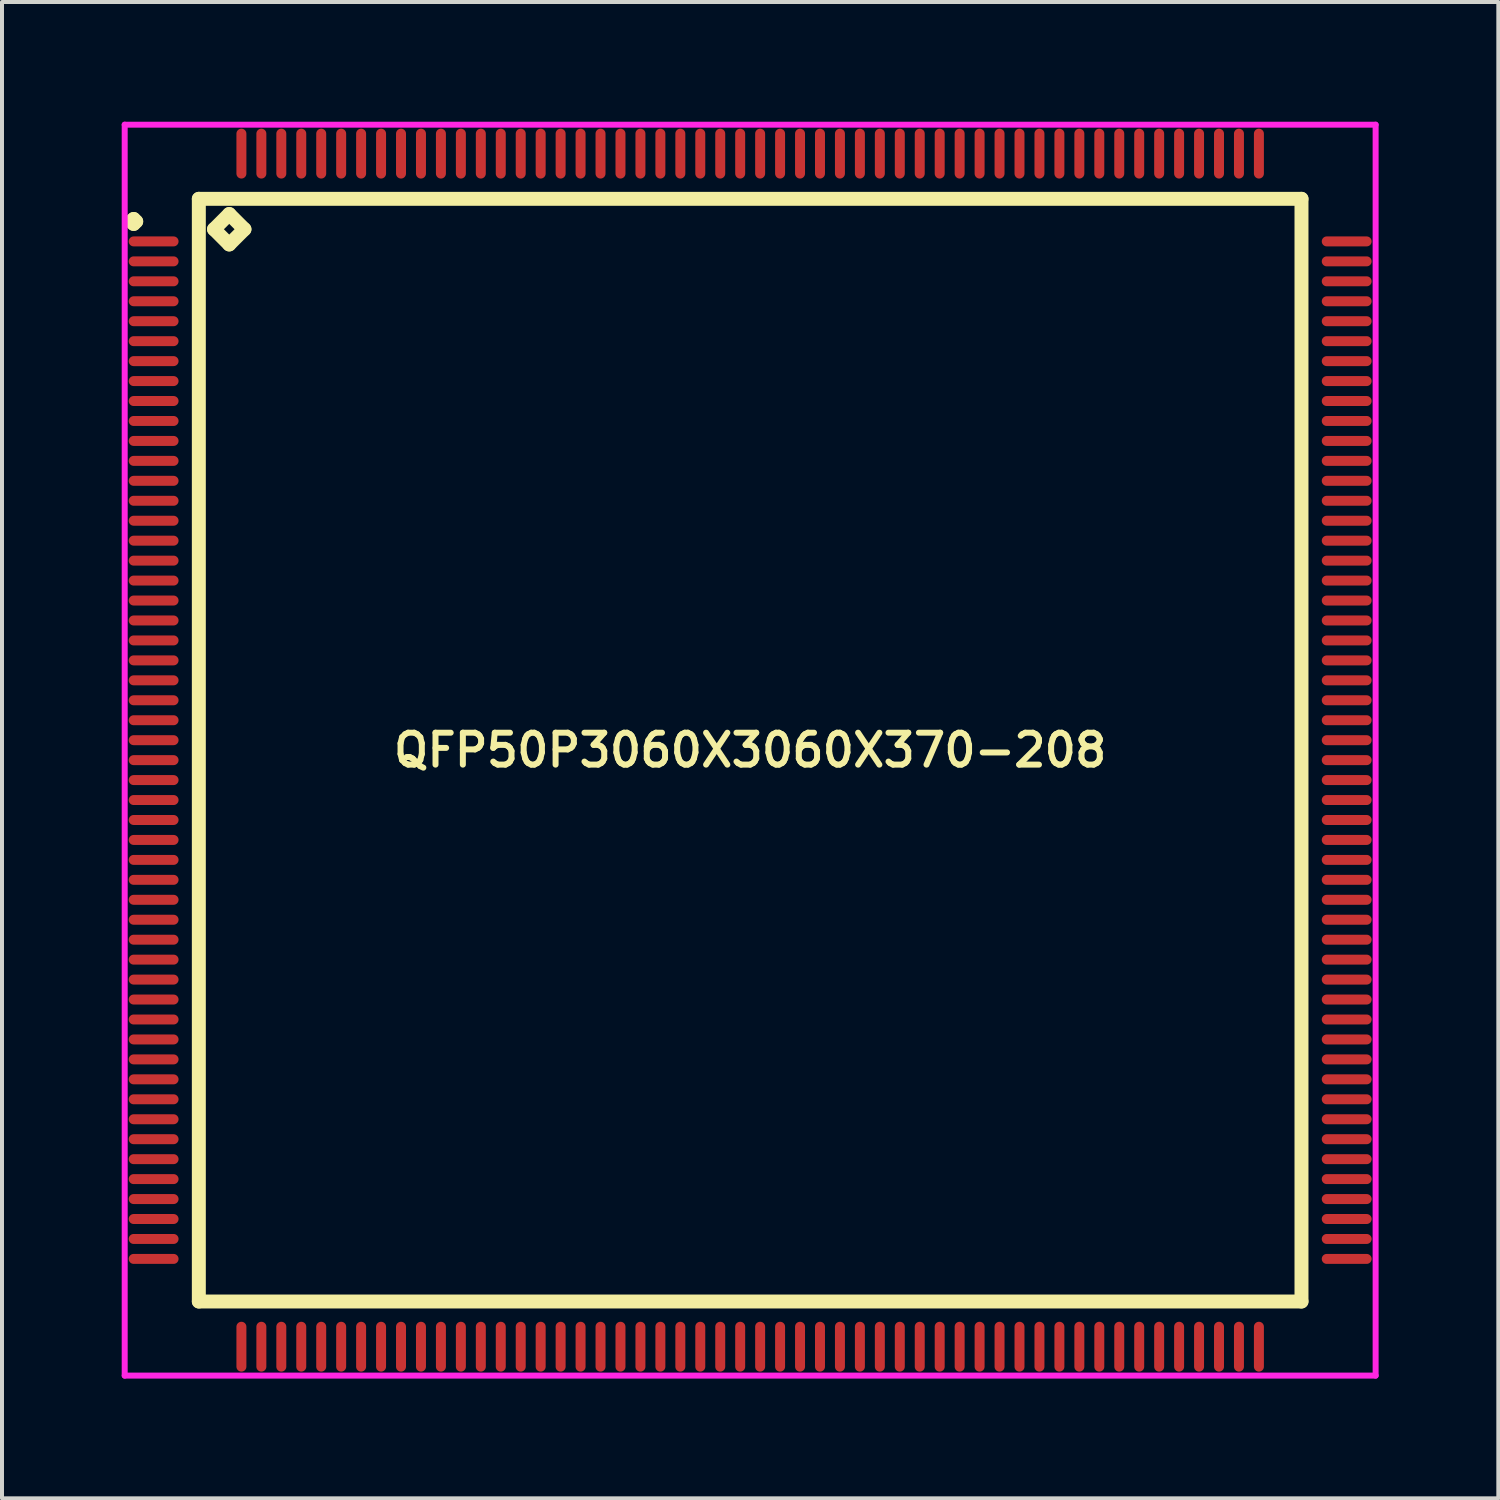
<source format=kicad_pcb>
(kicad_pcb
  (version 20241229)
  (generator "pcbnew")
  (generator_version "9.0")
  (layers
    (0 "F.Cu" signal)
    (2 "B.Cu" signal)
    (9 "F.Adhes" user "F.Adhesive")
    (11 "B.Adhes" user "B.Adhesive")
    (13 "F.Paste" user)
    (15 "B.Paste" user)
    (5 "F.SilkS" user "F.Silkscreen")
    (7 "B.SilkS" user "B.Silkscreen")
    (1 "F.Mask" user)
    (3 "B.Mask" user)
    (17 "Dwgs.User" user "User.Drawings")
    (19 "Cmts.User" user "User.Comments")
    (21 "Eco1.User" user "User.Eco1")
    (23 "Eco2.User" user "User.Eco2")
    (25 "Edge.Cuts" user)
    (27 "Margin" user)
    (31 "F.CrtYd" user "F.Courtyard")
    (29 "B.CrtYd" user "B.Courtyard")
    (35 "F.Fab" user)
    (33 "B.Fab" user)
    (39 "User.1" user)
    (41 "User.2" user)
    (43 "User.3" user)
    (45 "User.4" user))
  (footprint "QFP50P3060X3060X370-208"
    (layer "F.Cu")
    (at 15.75 15.75)
    (property "Reference" "QFP50P3060X3060X370-208" (at 0 0 0) (layer "F.SilkS") (effects (font (size 0.8 0.8) (thickness 0.15))))
    (attr smd)
    (fp_line (start -15.512 -13.25) (end -15.45 -13.312) (stroke (width 0.35) (type solid)) (layer "F.SilkS"))
    (fp_line (start -15.45 -13.312) (end -15.387 -13.25) (stroke (width 0.35) (type solid)) (layer "F.SilkS"))
    (fp_line (start -15.45 -13.188) (end -15.512 -13.25) (stroke (width 0.35) (type solid)) (layer "F.SilkS"))
    (fp_line (start -15.387 -13.25) (end -15.45 -13.188) (stroke (width 0.35) (type solid)) (layer "F.SilkS"))
    (fp_line (start -13.817 -13.817) (end -13.817 13.817) (stroke (width 0.35) (type solid)) (layer "F.SilkS"))
    (fp_line (start -13.817 13.817) (end 13.817 13.817) (stroke (width 0.35) (type solid)) (layer "F.SilkS"))
    (fp_line (start -13.436 -13.055) (end -13.055 -13.436) (stroke (width 0.35) (type solid)) (layer "F.SilkS"))
    (fp_line (start -13.055 -13.436) (end -12.674 -13.055) (stroke (width 0.35) (type solid)) (layer "F.SilkS"))
    (fp_line (start -13.055 -12.674) (end -13.436 -13.055) (stroke (width 0.35) (type solid)) (layer "F.SilkS"))
    (fp_line (start -12.674 -13.055) (end -13.055 -12.674) (stroke (width 0.35) (type solid)) (layer "F.SilkS"))
    (fp_line (start 13.817 -13.817) (end -13.817 -13.817) (stroke (width 0.35) (type solid)) (layer "F.SilkS"))
    (fp_line (start 13.817 13.817) (end 13.817 -13.817) (stroke (width 0.35) (type solid)) (layer "F.SilkS"))
    (fp_line (start -15.675 -15.675) (end 15.675 -15.675) (stroke (width 0.15) (type solid)) (layer "F.CrtYd"))
    (fp_line (start -15.675 15.675) (end -15.675 -15.675) (stroke (width 0.15) (type solid)) (layer "F.CrtYd"))
    (fp_line (start 15.675 -15.675) (end 15.675 15.675) (stroke (width 0.15) (type solid)) (layer "F.CrtYd"))
    (fp_line (start 15.675 15.675) (end -15.675 15.675) (stroke (width 0.15) (type solid)) (layer "F.CrtYd"))
    (pad "1" smd oval (at -14.95 -12.75) (size 1.25 0.25) (layers "F.Cu" "F.Mask" "F.Paste"))
    (pad "2" smd oval (at -14.95 -12.25) (size 1.25 0.25) (layers "F.Cu" "F.Mask" "F.Paste"))
    (pad "3" smd oval (at -14.95 -11.75) (size 1.25 0.25) (layers "F.Cu" "F.Mask" "F.Paste"))
    (pad "4" smd oval (at -14.95 -11.25) (size 1.25 0.25) (layers "F.Cu" "F.Mask" "F.Paste"))
    (pad "5" smd oval (at -14.95 -10.75) (size 1.25 0.25) (layers "F.Cu" "F.Mask" "F.Paste"))
    (pad "6" smd oval (at -14.95 -10.25) (size 1.25 0.25) (layers "F.Cu" "F.Mask" "F.Paste"))
    (pad "7" smd oval (at -14.95 -9.75) (size 1.25 0.25) (layers "F.Cu" "F.Mask" "F.Paste"))
    (pad "8" smd oval (at -14.95 -9.25) (size 1.25 0.25) (layers "F.Cu" "F.Mask" "F.Paste"))
    (pad "9" smd oval (at -14.95 -8.75) (size 1.25 0.25) (layers "F.Cu" "F.Mask" "F.Paste"))
    (pad "10" smd oval (at -14.95 -8.25) (size 1.25 0.25) (layers "F.Cu" "F.Mask" "F.Paste"))
    (pad "11" smd oval (at -14.95 -7.75) (size 1.25 0.25) (layers "F.Cu" "F.Mask" "F.Paste"))
    (pad "12" smd oval (at -14.95 -7.25) (size 1.25 0.25) (layers "F.Cu" "F.Mask" "F.Paste"))
    (pad "13" smd oval (at -14.95 -6.75) (size 1.25 0.25) (layers "F.Cu" "F.Mask" "F.Paste"))
    (pad "14" smd oval (at -14.95 -6.25) (size 1.25 0.25) (layers "F.Cu" "F.Mask" "F.Paste"))
    (pad "15" smd oval (at -14.95 -5.75) (size 1.25 0.25) (layers "F.Cu" "F.Mask" "F.Paste"))
    (pad "16" smd oval (at -14.95 -5.25) (size 1.25 0.25) (layers "F.Cu" "F.Mask" "F.Paste"))
    (pad "17" smd oval (at -14.95 -4.75) (size 1.25 0.25) (layers "F.Cu" "F.Mask" "F.Paste"))
    (pad "18" smd oval (at -14.95 -4.25) (size 1.25 0.25) (layers "F.Cu" "F.Mask" "F.Paste"))
    (pad "19" smd oval (at -14.95 -3.75) (size 1.25 0.25) (layers "F.Cu" "F.Mask" "F.Paste"))
    (pad "20" smd oval (at -14.95 -3.25) (size 1.25 0.25) (layers "F.Cu" "F.Mask" "F.Paste"))
    (pad "21" smd oval (at -14.95 -2.75) (size 1.25 0.25) (layers "F.Cu" "F.Mask" "F.Paste"))
    (pad "22" smd oval (at -14.95 -2.25) (size 1.25 0.25) (layers "F.Cu" "F.Mask" "F.Paste"))
    (pad "23" smd oval (at -14.95 -1.75) (size 1.25 0.25) (layers "F.Cu" "F.Mask" "F.Paste"))
    (pad "24" smd oval (at -14.95 -1.25) (size 1.25 0.25) (layers "F.Cu" "F.Mask" "F.Paste"))
    (pad "25" smd oval (at -14.95 -0.75) (size 1.25 0.25) (layers "F.Cu" "F.Mask" "F.Paste"))
    (pad "26" smd oval (at -14.95 -0.25) (size 1.25 0.25) (layers "F.Cu" "F.Mask" "F.Paste"))
    (pad "27" smd oval (at -14.95 0.25) (size 1.25 0.25) (layers "F.Cu" "F.Mask" "F.Paste"))
    (pad "28" smd oval (at -14.95 0.75) (size 1.25 0.25) (layers "F.Cu" "F.Mask" "F.Paste"))
    (pad "29" smd oval (at -14.95 1.25) (size 1.25 0.25) (layers "F.Cu" "F.Mask" "F.Paste"))
    (pad "30" smd oval (at -14.95 1.75) (size 1.25 0.25) (layers "F.Cu" "F.Mask" "F.Paste"))
    (pad "31" smd oval (at -14.95 2.25) (size 1.25 0.25) (layers "F.Cu" "F.Mask" "F.Paste"))
    (pad "32" smd oval (at -14.95 2.75) (size 1.25 0.25) (layers "F.Cu" "F.Mask" "F.Paste"))
    (pad "33" smd oval (at -14.95 3.25) (size 1.25 0.25) (layers "F.Cu" "F.Mask" "F.Paste"))
    (pad "34" smd oval (at -14.95 3.75) (size 1.25 0.25) (layers "F.Cu" "F.Mask" "F.Paste"))
    (pad "35" smd oval (at -14.95 4.25) (size 1.25 0.25) (layers "F.Cu" "F.Mask" "F.Paste"))
    (pad "36" smd oval (at -14.95 4.75) (size 1.25 0.25) (layers "F.Cu" "F.Mask" "F.Paste"))
    (pad "37" smd oval (at -14.95 5.25) (size 1.25 0.25) (layers "F.Cu" "F.Mask" "F.Paste"))
    (pad "38" smd oval (at -14.95 5.75) (size 1.25 0.25) (layers "F.Cu" "F.Mask" "F.Paste"))
    (pad "39" smd oval (at -14.95 6.25) (size 1.25 0.25) (layers "F.Cu" "F.Mask" "F.Paste"))
    (pad "40" smd oval (at -14.95 6.75) (size 1.25 0.25) (layers "F.Cu" "F.Mask" "F.Paste"))
    (pad "41" smd oval (at -14.95 7.25) (size 1.25 0.25) (layers "F.Cu" "F.Mask" "F.Paste"))
    (pad "42" smd oval (at -14.95 7.75) (size 1.25 0.25) (layers "F.Cu" "F.Mask" "F.Paste"))
    (pad "43" smd oval (at -14.95 8.25) (size 1.25 0.25) (layers "F.Cu" "F.Mask" "F.Paste"))
    (pad "44" smd oval (at -14.95 8.75) (size 1.25 0.25) (layers "F.Cu" "F.Mask" "F.Paste"))
    (pad "45" smd oval (at -14.95 9.25) (size 1.25 0.25) (layers "F.Cu" "F.Mask" "F.Paste"))
    (pad "46" smd oval (at -14.95 9.75) (size 1.25 0.25) (layers "F.Cu" "F.Mask" "F.Paste"))
    (pad "47" smd oval (at -14.95 10.25) (size 1.25 0.25) (layers "F.Cu" "F.Mask" "F.Paste"))
    (pad "48" smd oval (at -14.95 10.75) (size 1.25 0.25) (layers "F.Cu" "F.Mask" "F.Paste"))
    (pad "49" smd oval (at -14.95 11.25) (size 1.25 0.25) (layers "F.Cu" "F.Mask" "F.Paste"))
    (pad "50" smd oval (at -14.95 11.75) (size 1.25 0.25) (layers "F.Cu" "F.Mask" "F.Paste"))
    (pad "51" smd oval (at -14.95 12.25) (size 1.25 0.25) (layers "F.Cu" "F.Mask" "F.Paste"))
    (pad "52" smd oval (at -14.95 12.75) (size 1.25 0.25) (layers "F.Cu" "F.Mask" "F.Paste"))
    (pad "53" smd oval (at -12.75 14.95) (size 0.25 1.25) (layers "F.Cu" "F.Mask" "F.Paste"))
    (pad "54" smd oval (at -12.25 14.95) (size 0.25 1.25) (layers "F.Cu" "F.Mask" "F.Paste"))
    (pad "55" smd oval (at -11.75 14.95) (size 0.25 1.25) (layers "F.Cu" "F.Mask" "F.Paste"))
    (pad "56" smd oval (at -11.25 14.95) (size 0.25 1.25) (layers "F.Cu" "F.Mask" "F.Paste"))
    (pad "57" smd oval (at -10.75 14.95) (size 0.25 1.25) (layers "F.Cu" "F.Mask" "F.Paste"))
    (pad "58" smd oval (at -10.25 14.95) (size 0.25 1.25) (layers "F.Cu" "F.Mask" "F.Paste"))
    (pad "59" smd oval (at -9.75 14.95) (size 0.25 1.25) (layers "F.Cu" "F.Mask" "F.Paste"))
    (pad "60" smd oval (at -9.25 14.95) (size 0.25 1.25) (layers "F.Cu" "F.Mask" "F.Paste"))
    (pad "61" smd oval (at -8.75 14.95) (size 0.25 1.25) (layers "F.Cu" "F.Mask" "F.Paste"))
    (pad "62" smd oval (at -8.25 14.95) (size 0.25 1.25) (layers "F.Cu" "F.Mask" "F.Paste"))
    (pad "63" smd oval (at -7.75 14.95) (size 0.25 1.25) (layers "F.Cu" "F.Mask" "F.Paste"))
    (pad "64" smd oval (at -7.25 14.95) (size 0.25 1.25) (layers "F.Cu" "F.Mask" "F.Paste"))
    (pad "65" smd oval (at -6.75 14.95) (size 0.25 1.25) (layers "F.Cu" "F.Mask" "F.Paste"))
    (pad "66" smd oval (at -6.25 14.95) (size 0.25 1.25) (layers "F.Cu" "F.Mask" "F.Paste"))
    (pad "67" smd oval (at -5.75 14.95) (size 0.25 1.25) (layers "F.Cu" "F.Mask" "F.Paste"))
    (pad "68" smd oval (at -5.25 14.95) (size 0.25 1.25) (layers "F.Cu" "F.Mask" "F.Paste"))
    (pad "69" smd oval (at -4.75 14.95) (size 0.25 1.25) (layers "F.Cu" "F.Mask" "F.Paste"))
    (pad "70" smd oval (at -4.25 14.95) (size 0.25 1.25) (layers "F.Cu" "F.Mask" "F.Paste"))
    (pad "71" smd oval (at -3.75 14.95) (size 0.25 1.25) (layers "F.Cu" "F.Mask" "F.Paste"))
    (pad "72" smd oval (at -3.25 14.95) (size 0.25 1.25) (layers "F.Cu" "F.Mask" "F.Paste"))
    (pad "73" smd oval (at -2.75 14.95) (size 0.25 1.25) (layers "F.Cu" "F.Mask" "F.Paste"))
    (pad "74" smd oval (at -2.25 14.95) (size 0.25 1.25) (layers "F.Cu" "F.Mask" "F.Paste"))
    (pad "75" smd oval (at -1.75 14.95) (size 0.25 1.25) (layers "F.Cu" "F.Mask" "F.Paste"))
    (pad "76" smd oval (at -1.25 14.95) (size 0.25 1.25) (layers "F.Cu" "F.Mask" "F.Paste"))
    (pad "77" smd oval (at -0.75 14.95) (size 0.25 1.25) (layers "F.Cu" "F.Mask" "F.Paste"))
    (pad "78" smd oval (at -0.25 14.95) (size 0.25 1.25) (layers "F.Cu" "F.Mask" "F.Paste"))
    (pad "79" smd oval (at 0.25 14.95) (size 0.25 1.25) (layers "F.Cu" "F.Mask" "F.Paste"))
    (pad "80" smd oval (at 0.75 14.95) (size 0.25 1.25) (layers "F.Cu" "F.Mask" "F.Paste"))
    (pad "81" smd oval (at 1.25 14.95) (size 0.25 1.25) (layers "F.Cu" "F.Mask" "F.Paste"))
    (pad "82" smd oval (at 1.75 14.95) (size 0.25 1.25) (layers "F.Cu" "F.Mask" "F.Paste"))
    (pad "83" smd oval (at 2.25 14.95) (size 0.25 1.25) (layers "F.Cu" "F.Mask" "F.Paste"))
    (pad "84" smd oval (at 2.75 14.95) (size 0.25 1.25) (layers "F.Cu" "F.Mask" "F.Paste"))
    (pad "85" smd oval (at 3.25 14.95) (size 0.25 1.25) (layers "F.Cu" "F.Mask" "F.Paste"))
    (pad "86" smd oval (at 3.75 14.95) (size 0.25 1.25) (layers "F.Cu" "F.Mask" "F.Paste"))
    (pad "87" smd oval (at 4.25 14.95) (size 0.25 1.25) (layers "F.Cu" "F.Mask" "F.Paste"))
    (pad "88" smd oval (at 4.75 14.95) (size 0.25 1.25) (layers "F.Cu" "F.Mask" "F.Paste"))
    (pad "89" smd oval (at 5.25 14.95) (size 0.25 1.25) (layers "F.Cu" "F.Mask" "F.Paste"))
    (pad "90" smd oval (at 5.75 14.95) (size 0.25 1.25) (layers "F.Cu" "F.Mask" "F.Paste"))
    (pad "91" smd oval (at 6.25 14.95) (size 0.25 1.25) (layers "F.Cu" "F.Mask" "F.Paste"))
    (pad "92" smd oval (at 6.75 14.95) (size 0.25 1.25) (layers "F.Cu" "F.Mask" "F.Paste"))
    (pad "93" smd oval (at 7.25 14.95) (size 0.25 1.25) (layers "F.Cu" "F.Mask" "F.Paste"))
    (pad "94" smd oval (at 7.75 14.95) (size 0.25 1.25) (layers "F.Cu" "F.Mask" "F.Paste"))
    (pad "95" smd oval (at 8.25 14.95) (size 0.25 1.25) (layers "F.Cu" "F.Mask" "F.Paste"))
    (pad "96" smd oval (at 8.75 14.95) (size 0.25 1.25) (layers "F.Cu" "F.Mask" "F.Paste"))
    (pad "97" smd oval (at 9.25 14.95) (size 0.25 1.25) (layers "F.Cu" "F.Mask" "F.Paste"))
    (pad "98" smd oval (at 9.75 14.95) (size 0.25 1.25) (layers "F.Cu" "F.Mask" "F.Paste"))
    (pad "99" smd oval (at 10.25 14.95) (size 0.25 1.25) (layers "F.Cu" "F.Mask" "F.Paste"))
    (pad "100" smd oval (at 10.75 14.95) (size 0.25 1.25) (layers "F.Cu" "F.Mask" "F.Paste"))
    (pad "101" smd oval (at 11.25 14.95) (size 0.25 1.25) (layers "F.Cu" "F.Mask" "F.Paste"))
    (pad "102" smd oval (at 11.75 14.95) (size 0.25 1.25) (layers "F.Cu" "F.Mask" "F.Paste"))
    (pad "103" smd oval (at 12.25 14.95) (size 0.25 1.25) (layers "F.Cu" "F.Mask" "F.Paste"))
    (pad "104" smd oval (at 12.75 14.95) (size 0.25 1.25) (layers "F.Cu" "F.Mask" "F.Paste"))
    (pad "105" smd oval (at 14.95 12.75) (size 1.25 0.25) (layers "F.Cu" "F.Mask" "F.Paste"))
    (pad "106" smd oval (at 14.95 12.25) (size 1.25 0.25) (layers "F.Cu" "F.Mask" "F.Paste"))
    (pad "107" smd oval (at 14.95 11.75) (size 1.25 0.25) (layers "F.Cu" "F.Mask" "F.Paste"))
    (pad "108" smd oval (at 14.95 11.25) (size 1.25 0.25) (layers "F.Cu" "F.Mask" "F.Paste"))
    (pad "109" smd oval (at 14.95 10.75) (size 1.25 0.25) (layers "F.Cu" "F.Mask" "F.Paste"))
    (pad "110" smd oval (at 14.95 10.25) (size 1.25 0.25) (layers "F.Cu" "F.Mask" "F.Paste"))
    (pad "111" smd oval (at 14.95 9.75) (size 1.25 0.25) (layers "F.Cu" "F.Mask" "F.Paste"))
    (pad "112" smd oval (at 14.95 9.25) (size 1.25 0.25) (layers "F.Cu" "F.Mask" "F.Paste"))
    (pad "113" smd oval (at 14.95 8.75) (size 1.25 0.25) (layers "F.Cu" "F.Mask" "F.Paste"))
    (pad "114" smd oval (at 14.95 8.25) (size 1.25 0.25) (layers "F.Cu" "F.Mask" "F.Paste"))
    (pad "115" smd oval (at 14.95 7.75) (size 1.25 0.25) (layers "F.Cu" "F.Mask" "F.Paste"))
    (pad "116" smd oval (at 14.95 7.25) (size 1.25 0.25) (layers "F.Cu" "F.Mask" "F.Paste"))
    (pad "117" smd oval (at 14.95 6.75) (size 1.25 0.25) (layers "F.Cu" "F.Mask" "F.Paste"))
    (pad "118" smd oval (at 14.95 6.25) (size 1.25 0.25) (layers "F.Cu" "F.Mask" "F.Paste"))
    (pad "119" smd oval (at 14.95 5.75) (size 1.25 0.25) (layers "F.Cu" "F.Mask" "F.Paste"))
    (pad "120" smd oval (at 14.95 5.25) (size 1.25 0.25) (layers "F.Cu" "F.Mask" "F.Paste"))
    (pad "121" smd oval (at 14.95 4.75) (size 1.25 0.25) (layers "F.Cu" "F.Mask" "F.Paste"))
    (pad "122" smd oval (at 14.95 4.25) (size 1.25 0.25) (layers "F.Cu" "F.Mask" "F.Paste"))
    (pad "123" smd oval (at 14.95 3.75) (size 1.25 0.25) (layers "F.Cu" "F.Mask" "F.Paste"))
    (pad "124" smd oval (at 14.95 3.25) (size 1.25 0.25) (layers "F.Cu" "F.Mask" "F.Paste"))
    (pad "125" smd oval (at 14.95 2.75) (size 1.25 0.25) (layers "F.Cu" "F.Mask" "F.Paste"))
    (pad "126" smd oval (at 14.95 2.25) (size 1.25 0.25) (layers "F.Cu" "F.Mask" "F.Paste"))
    (pad "127" smd oval (at 14.95 1.75) (size 1.25 0.25) (layers "F.Cu" "F.Mask" "F.Paste"))
    (pad "128" smd oval (at 14.95 1.25) (size 1.25 0.25) (layers "F.Cu" "F.Mask" "F.Paste"))
    (pad "129" smd oval (at 14.95 0.75) (size 1.25 0.25) (layers "F.Cu" "F.Mask" "F.Paste"))
    (pad "130" smd oval (at 14.95 0.25) (size 1.25 0.25) (layers "F.Cu" "F.Mask" "F.Paste"))
    (pad "131" smd oval (at 14.95 -0.25) (size 1.25 0.25) (layers "F.Cu" "F.Mask" "F.Paste"))
    (pad "132" smd oval (at 14.95 -0.75) (size 1.25 0.25) (layers "F.Cu" "F.Mask" "F.Paste"))
    (pad "133" smd oval (at 14.95 -1.25) (size 1.25 0.25) (layers "F.Cu" "F.Mask" "F.Paste"))
    (pad "134" smd oval (at 14.95 -1.75) (size 1.25 0.25) (layers "F.Cu" "F.Mask" "F.Paste"))
    (pad "135" smd oval (at 14.95 -2.25) (size 1.25 0.25) (layers "F.Cu" "F.Mask" "F.Paste"))
    (pad "136" smd oval (at 14.95 -2.75) (size 1.25 0.25) (layers "F.Cu" "F.Mask" "F.Paste"))
    (pad "137" smd oval (at 14.95 -3.25) (size 1.25 0.25) (layers "F.Cu" "F.Mask" "F.Paste"))
    (pad "138" smd oval (at 14.95 -3.75) (size 1.25 0.25) (layers "F.Cu" "F.Mask" "F.Paste"))
    (pad "139" smd oval (at 14.95 -4.25) (size 1.25 0.25) (layers "F.Cu" "F.Mask" "F.Paste"))
    (pad "140" smd oval (at 14.95 -4.75) (size 1.25 0.25) (layers "F.Cu" "F.Mask" "F.Paste"))
    (pad "141" smd oval (at 14.95 -5.25) (size 1.25 0.25) (layers "F.Cu" "F.Mask" "F.Paste"))
    (pad "142" smd oval (at 14.95 -5.75) (size 1.25 0.25) (layers "F.Cu" "F.Mask" "F.Paste"))
    (pad "143" smd oval (at 14.95 -6.25) (size 1.25 0.25) (layers "F.Cu" "F.Mask" "F.Paste"))
    (pad "144" smd oval (at 14.95 -6.75) (size 1.25 0.25) (layers "F.Cu" "F.Mask" "F.Paste"))
    (pad "145" smd oval (at 14.95 -7.25) (size 1.25 0.25) (layers "F.Cu" "F.Mask" "F.Paste"))
    (pad "146" smd oval (at 14.95 -7.75) (size 1.25 0.25) (layers "F.Cu" "F.Mask" "F.Paste"))
    (pad "147" smd oval (at 14.95 -8.25) (size 1.25 0.25) (layers "F.Cu" "F.Mask" "F.Paste"))
    (pad "148" smd oval (at 14.95 -8.75) (size 1.25 0.25) (layers "F.Cu" "F.Mask" "F.Paste"))
    (pad "149" smd oval (at 14.95 -9.25) (size 1.25 0.25) (layers "F.Cu" "F.Mask" "F.Paste"))
    (pad "150" smd oval (at 14.95 -9.75) (size 1.25 0.25) (layers "F.Cu" "F.Mask" "F.Paste"))
    (pad "151" smd oval (at 14.95 -10.25) (size 1.25 0.25) (layers "F.Cu" "F.Mask" "F.Paste"))
    (pad "152" smd oval (at 14.95 -10.75) (size 1.25 0.25) (layers "F.Cu" "F.Mask" "F.Paste"))
    (pad "153" smd oval (at 14.95 -11.25) (size 1.25 0.25) (layers "F.Cu" "F.Mask" "F.Paste"))
    (pad "154" smd oval (at 14.95 -11.75) (size 1.25 0.25) (layers "F.Cu" "F.Mask" "F.Paste"))
    (pad "155" smd oval (at 14.95 -12.25) (size 1.25 0.25) (layers "F.Cu" "F.Mask" "F.Paste"))
    (pad "156" smd oval (at 14.95 -12.75) (size 1.25 0.25) (layers "F.Cu" "F.Mask" "F.Paste"))
    (pad "157" smd oval (at 12.75 -14.95) (size 0.25 1.25) (layers "F.Cu" "F.Mask" "F.Paste"))
    (pad "158" smd oval (at 12.25 -14.95) (size 0.25 1.25) (layers "F.Cu" "F.Mask" "F.Paste"))
    (pad "159" smd oval (at 11.75 -14.95) (size 0.25 1.25) (layers "F.Cu" "F.Mask" "F.Paste"))
    (pad "160" smd oval (at 11.25 -14.95) (size 0.25 1.25) (layers "F.Cu" "F.Mask" "F.Paste"))
    (pad "161" smd oval (at 10.75 -14.95) (size 0.25 1.25) (layers "F.Cu" "F.Mask" "F.Paste"))
    (pad "162" smd oval (at 10.25 -14.95) (size 0.25 1.25) (layers "F.Cu" "F.Mask" "F.Paste"))
    (pad "163" smd oval (at 9.75 -14.95) (size 0.25 1.25) (layers "F.Cu" "F.Mask" "F.Paste"))
    (pad "164" smd oval (at 9.25 -14.95) (size 0.25 1.25) (layers "F.Cu" "F.Mask" "F.Paste"))
    (pad "165" smd oval (at 8.75 -14.95) (size 0.25 1.25) (layers "F.Cu" "F.Mask" "F.Paste"))
    (pad "166" smd oval (at 8.25 -14.95) (size 0.25 1.25) (layers "F.Cu" "F.Mask" "F.Paste"))
    (pad "167" smd oval (at 7.75 -14.95) (size 0.25 1.25) (layers "F.Cu" "F.Mask" "F.Paste"))
    (pad "168" smd oval (at 7.25 -14.95) (size 0.25 1.25) (layers "F.Cu" "F.Mask" "F.Paste"))
    (pad "169" smd oval (at 6.75 -14.95) (size 0.25 1.25) (layers "F.Cu" "F.Mask" "F.Paste"))
    (pad "170" smd oval (at 6.25 -14.95) (size 0.25 1.25) (layers "F.Cu" "F.Mask" "F.Paste"))
    (pad "171" smd oval (at 5.75 -14.95) (size 0.25 1.25) (layers "F.Cu" "F.Mask" "F.Paste"))
    (pad "172" smd oval (at 5.25 -14.95) (size 0.25 1.25) (layers "F.Cu" "F.Mask" "F.Paste"))
    (pad "173" smd oval (at 4.75 -14.95) (size 0.25 1.25) (layers "F.Cu" "F.Mask" "F.Paste"))
    (pad "174" smd oval (at 4.25 -14.95) (size 0.25 1.25) (layers "F.Cu" "F.Mask" "F.Paste"))
    (pad "175" smd oval (at 3.75 -14.95) (size 0.25 1.25) (layers "F.Cu" "F.Mask" "F.Paste"))
    (pad "176" smd oval (at 3.25 -14.95) (size 0.25 1.25) (layers "F.Cu" "F.Mask" "F.Paste"))
    (pad "177" smd oval (at 2.75 -14.95) (size 0.25 1.25) (layers "F.Cu" "F.Mask" "F.Paste"))
    (pad "178" smd oval (at 2.25 -14.95) (size 0.25 1.25) (layers "F.Cu" "F.Mask" "F.Paste"))
    (pad "179" smd oval (at 1.75 -14.95) (size 0.25 1.25) (layers "F.Cu" "F.Mask" "F.Paste"))
    (pad "180" smd oval (at 1.25 -14.95) (size 0.25 1.25) (layers "F.Cu" "F.Mask" "F.Paste"))
    (pad "181" smd oval (at 0.75 -14.95) (size 0.25 1.25) (layers "F.Cu" "F.Mask" "F.Paste"))
    (pad "182" smd oval (at 0.25 -14.95) (size 0.25 1.25) (layers "F.Cu" "F.Mask" "F.Paste"))
    (pad "183" smd oval (at -0.25 -14.95) (size 0.25 1.25) (layers "F.Cu" "F.Mask" "F.Paste"))
    (pad "184" smd oval (at -0.75 -14.95) (size 0.25 1.25) (layers "F.Cu" "F.Mask" "F.Paste"))
    (pad "185" smd oval (at -1.25 -14.95) (size 0.25 1.25) (layers "F.Cu" "F.Mask" "F.Paste"))
    (pad "186" smd oval (at -1.75 -14.95) (size 0.25 1.25) (layers "F.Cu" "F.Mask" "F.Paste"))
    (pad "187" smd oval (at -2.25 -14.95) (size 0.25 1.25) (layers "F.Cu" "F.Mask" "F.Paste"))
    (pad "188" smd oval (at -2.75 -14.95) (size 0.25 1.25) (layers "F.Cu" "F.Mask" "F.Paste"))
    (pad "189" smd oval (at -3.25 -14.95) (size 0.25 1.25) (layers "F.Cu" "F.Mask" "F.Paste"))
    (pad "190" smd oval (at -3.75 -14.95) (size 0.25 1.25) (layers "F.Cu" "F.Mask" "F.Paste"))
    (pad "191" smd oval (at -4.25 -14.95) (size 0.25 1.25) (layers "F.Cu" "F.Mask" "F.Paste"))
    (pad "192" smd oval (at -4.75 -14.95) (size 0.25 1.25) (layers "F.Cu" "F.Mask" "F.Paste"))
    (pad "193" smd oval (at -5.25 -14.95) (size 0.25 1.25) (layers "F.Cu" "F.Mask" "F.Paste"))
    (pad "194" smd oval (at -5.75 -14.95) (size 0.25 1.25) (layers "F.Cu" "F.Mask" "F.Paste"))
    (pad "195" smd oval (at -6.25 -14.95) (size 0.25 1.25) (layers "F.Cu" "F.Mask" "F.Paste"))
    (pad "196" smd oval (at -6.75 -14.95) (size 0.25 1.25) (layers "F.Cu" "F.Mask" "F.Paste"))
    (pad "197" smd oval (at -7.25 -14.95) (size 0.25 1.25) (layers "F.Cu" "F.Mask" "F.Paste"))
    (pad "198" smd oval (at -7.75 -14.95) (size 0.25 1.25) (layers "F.Cu" "F.Mask" "F.Paste"))
    (pad "199" smd oval (at -8.25 -14.95) (size 0.25 1.25) (layers "F.Cu" "F.Mask" "F.Paste"))
    (pad "200" smd oval (at -8.75 -14.95) (size 0.25 1.25) (layers "F.Cu" "F.Mask" "F.Paste"))
    (pad "201" smd oval (at -9.25 -14.95) (size 0.25 1.25) (layers "F.Cu" "F.Mask" "F.Paste"))
    (pad "202" smd oval (at -9.75 -14.95) (size 0.25 1.25) (layers "F.Cu" "F.Mask" "F.Paste"))
    (pad "203" smd oval (at -10.25 -14.95) (size 0.25 1.25) (layers "F.Cu" "F.Mask" "F.Paste"))
    (pad "204" smd oval (at -10.75 -14.95) (size 0.25 1.25) (layers "F.Cu" "F.Mask" "F.Paste"))
    (pad "205" smd oval (at -11.25 -14.95) (size 0.25 1.25) (layers "F.Cu" "F.Mask" "F.Paste"))
    (pad "206" smd oval (at -11.75 -14.95) (size 0.25 1.25) (layers "F.Cu" "F.Mask" "F.Paste"))
    (pad "207" smd oval (at -12.25 -14.95) (size 0.25 1.25) (layers "F.Cu" "F.Mask" "F.Paste"))
    (pad "208" smd oval (at -12.75 -14.95) (size 0.25 1.25) (layers "F.Cu" "F.Mask" "F.Paste")))
  (gr_rect
    (start -3 -3)
    (end 34.5 34.5)
    (stroke (width 0.1) (type default))
    (fill no)
    (layer "Edge.Cuts")))
</source>
